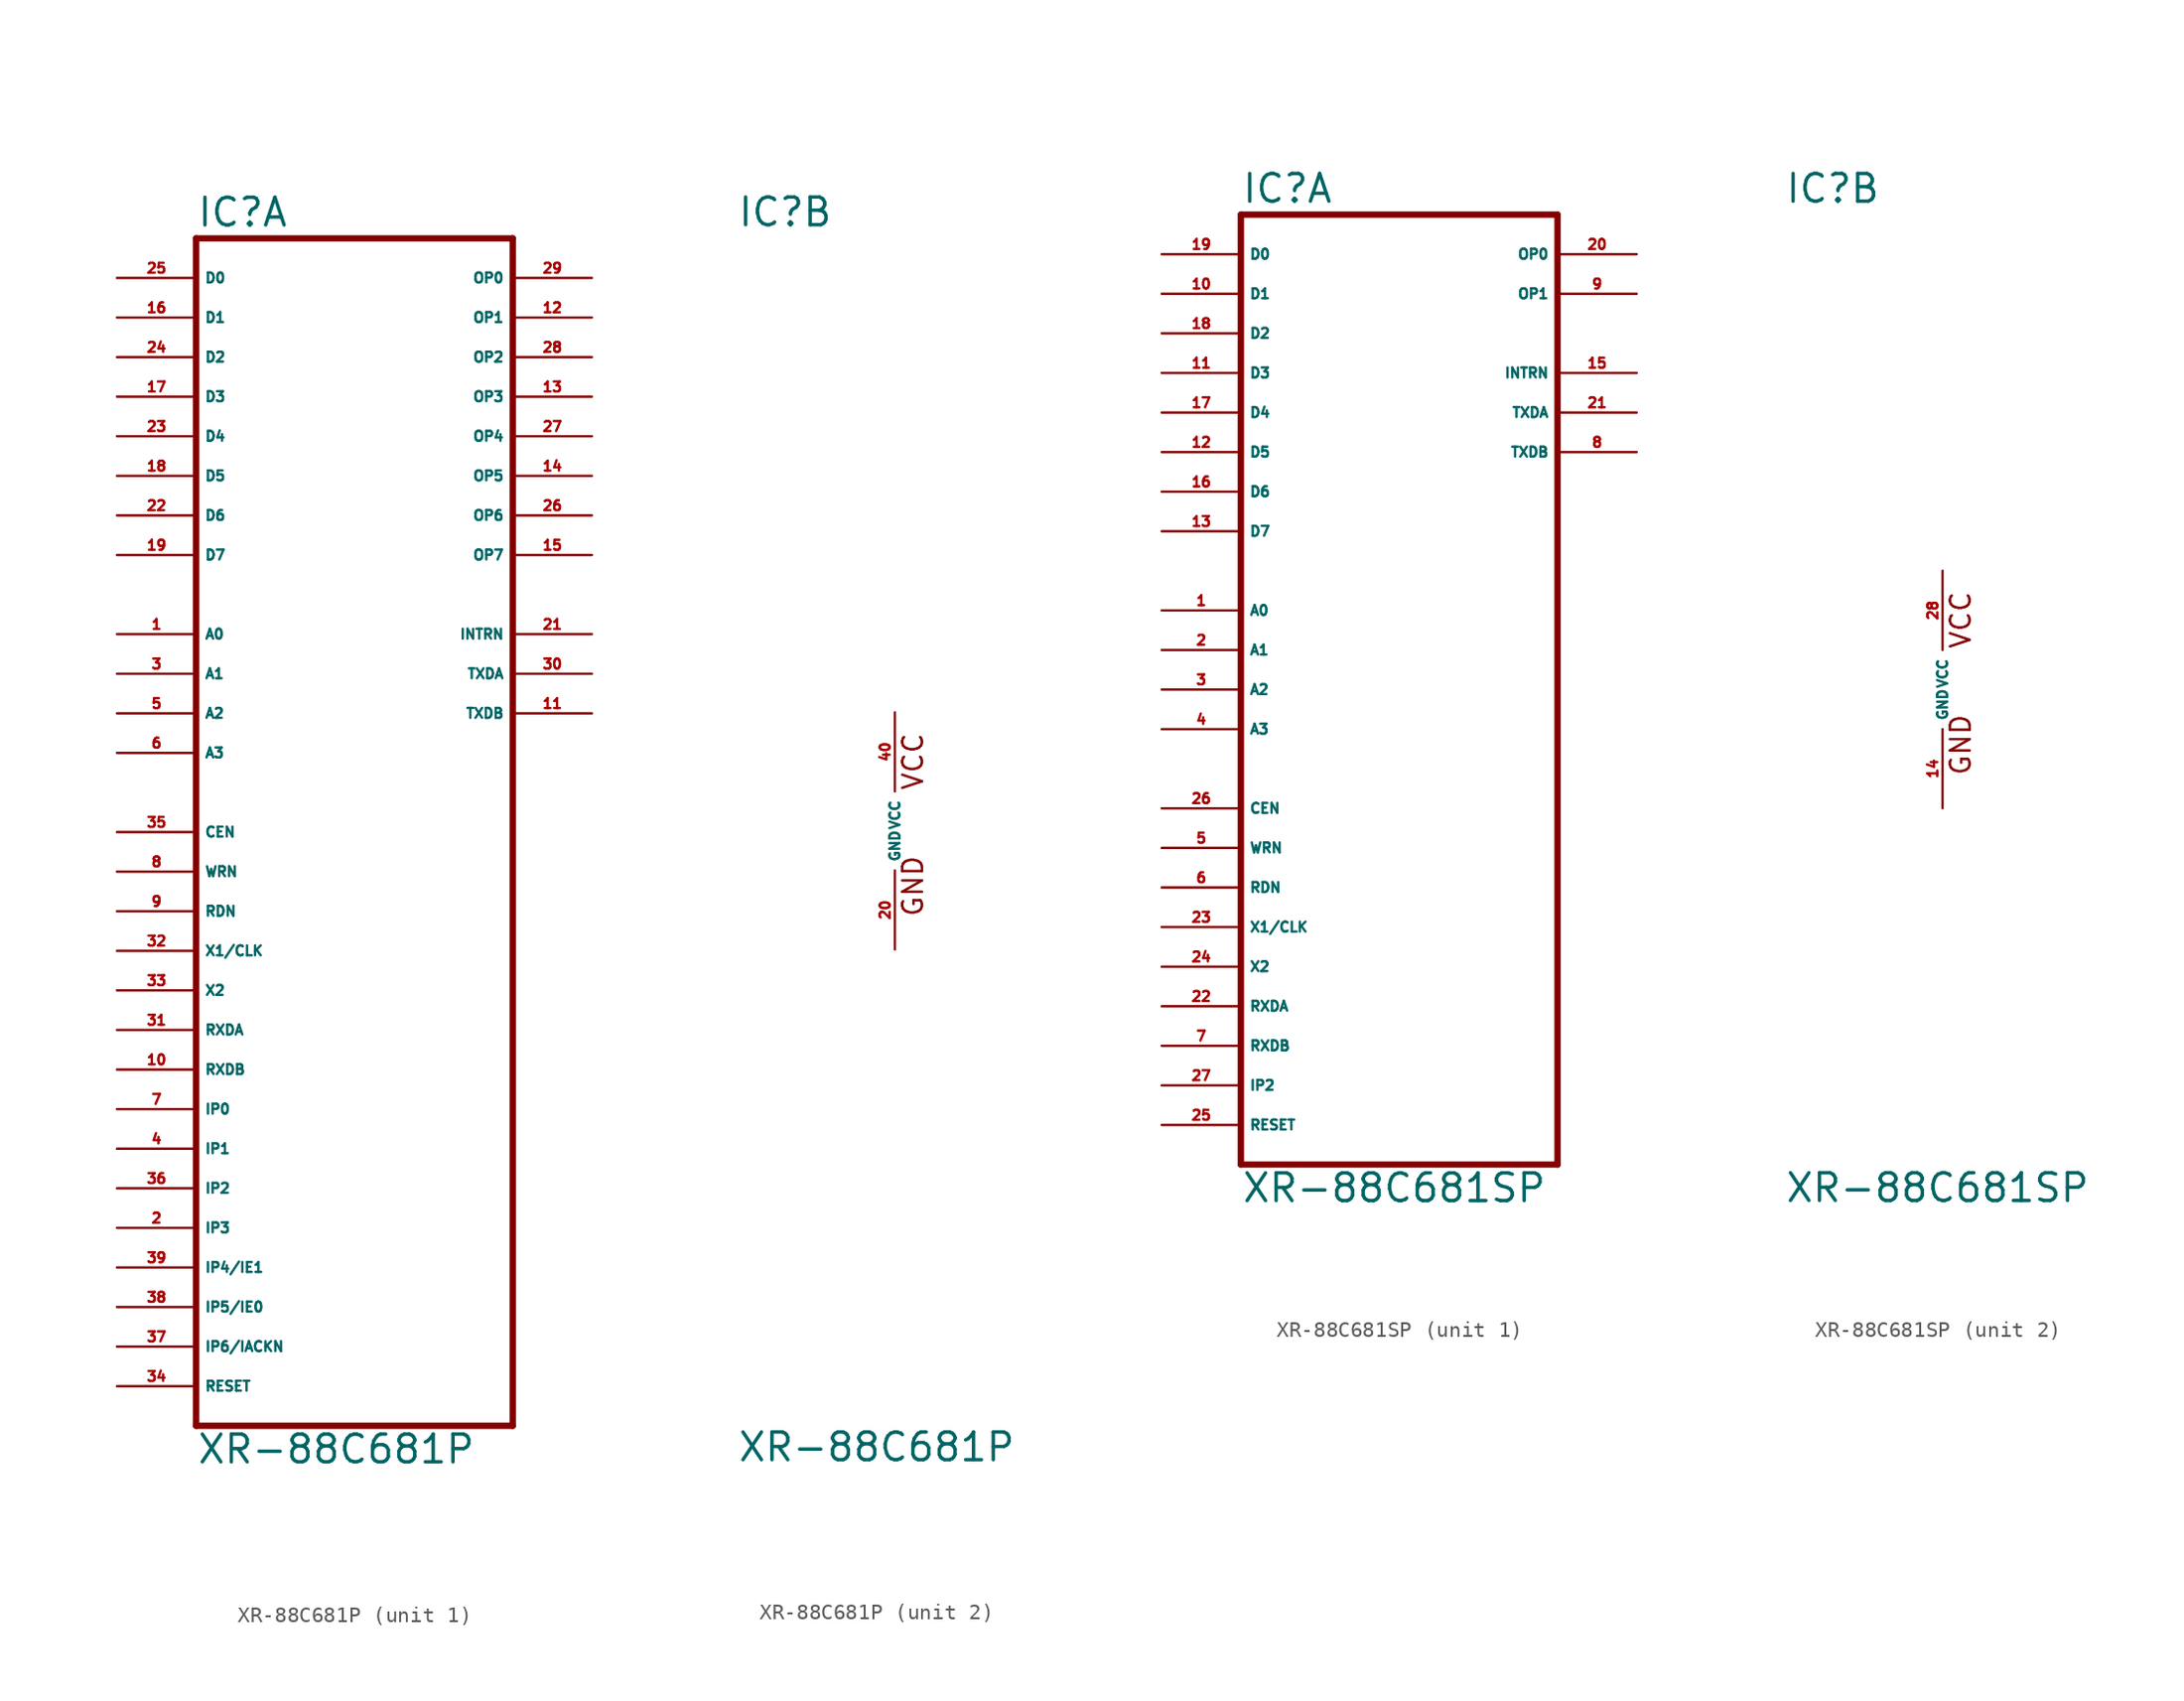
<source format=kicad_sym>
(kicad_symbol_lib
  (version 20220914)
  (generator Eagle2Kicad)
  (symbol "XR-88C681P"
    (property "Reference" "IC"
      (at -10.16 38.735 0)
      (effects (font (size 1.778 1.778) (thickness 0.22)) (justify left bottom)))
    (property "Value" "XR-88C681P"
      (at -10.16 -40.64 0)
      (effects (font (size 1.778 1.778) (thickness 0.22)) (justify left bottom)))
    (symbol "XR-88C681P_1_0"
      (polyline (pts (xy -10.16 -38.1) (xy 10.16 -38.1)) (stroke (width 0.406) (type default)) (fill (type none)))
      (polyline (pts (xy 10.16 -38.1) (xy 10.16 38.1)) (stroke (width 0.406) (type default)) (fill (type none)))
      (polyline (pts (xy 10.16 38.1) (xy -10.16 38.1)) (stroke (width 0.406) (type default)) (fill (type none)))
      (polyline (pts (xy -10.16 38.1) (xy -10.16 -38.1)) (stroke (width 0.406) (type default)) (fill (type none)))
      (pin bidirectional line (at -15.24 35.56 0) (length 5.08) (name "D0" (effects (font (size 0.635 0.635) (thickness 0.08)) (justify left bottom))) (number "25" (effects (font (size 0.635 0.635) (thickness 0.08)) (justify left bottom))))
      (pin bidirectional line (at -15.24 33.02 0) (length 5.08) (name "D1" (effects (font (size 0.635 0.635) (thickness 0.08)) (justify left bottom))) (number "16" (effects (font (size 0.635 0.635) (thickness 0.08)) (justify left bottom))))
      (pin bidirectional line (at -15.24 30.48 0) (length 5.08) (name "D2" (effects (font (size 0.635 0.635) (thickness 0.08)) (justify left bottom))) (number "24" (effects (font (size 0.635 0.635) (thickness 0.08)) (justify left bottom))))
      (pin bidirectional line (at -15.24 27.94 0) (length 5.08) (name "D3" (effects (font (size 0.635 0.635) (thickness 0.08)) (justify left bottom))) (number "17" (effects (font (size 0.635 0.635) (thickness 0.08)) (justify left bottom))))
      (pin bidirectional line (at -15.24 25.4 0) (length 5.08) (name "D4" (effects (font (size 0.635 0.635) (thickness 0.08)) (justify left bottom))) (number "23" (effects (font (size 0.635 0.635) (thickness 0.08)) (justify left bottom))))
      (pin bidirectional line (at -15.24 22.86 0) (length 5.08) (name "D5" (effects (font (size 0.635 0.635) (thickness 0.08)) (justify left bottom))) (number "18" (effects (font (size 0.635 0.635) (thickness 0.08)) (justify left bottom))))
      (pin bidirectional line (at -15.24 20.32 0) (length 5.08) (name "D6" (effects (font (size 0.635 0.635) (thickness 0.08)) (justify left bottom))) (number "22" (effects (font (size 0.635 0.635) (thickness 0.08)) (justify left bottom))))
      (pin bidirectional line (at -15.24 17.78 0) (length 5.08) (name "D7" (effects (font (size 0.635 0.635) (thickness 0.08)) (justify left bottom))) (number "19" (effects (font (size 0.635 0.635) (thickness 0.08)) (justify left bottom))))
      (pin output line (at 15.24 35.56 180) (length 5.08) (name "OP0" (effects (font (size 0.635 0.635) (thickness 0.08)) (justify left bottom))) (number "29" (effects (font (size 0.635 0.635) (thickness 0.08)) (justify left bottom))))
      (pin output line (at 15.24 33.02 180) (length 5.08) (name "OP1" (effects (font (size 0.635 0.635) (thickness 0.08)) (justify left bottom))) (number "12" (effects (font (size 0.635 0.635) (thickness 0.08)) (justify left bottom))))
      (pin output line (at 15.24 30.48 180) (length 5.08) (name "OP2" (effects (font (size 0.635 0.635) (thickness 0.08)) (justify left bottom))) (number "28" (effects (font (size 0.635 0.635) (thickness 0.08)) (justify left bottom))))
      (pin output line (at 15.24 27.94 180) (length 5.08) (name "OP3" (effects (font (size 0.635 0.635) (thickness 0.08)) (justify left bottom))) (number "13" (effects (font (size 0.635 0.635) (thickness 0.08)) (justify left bottom))))
      (pin output line (at 15.24 25.4 180) (length 5.08) (name "OP4" (effects (font (size 0.635 0.635) (thickness 0.08)) (justify left bottom))) (number "27" (effects (font (size 0.635 0.635) (thickness 0.08)) (justify left bottom))))
      (pin output line (at 15.24 22.86 180) (length 5.08) (name "OP5" (effects (font (size 0.635 0.635) (thickness 0.08)) (justify left bottom))) (number "14" (effects (font (size 0.635 0.635) (thickness 0.08)) (justify left bottom))))
      (pin output line (at 15.24 20.32 180) (length 5.08) (name "OP6" (effects (font (size 0.635 0.635) (thickness 0.08)) (justify left bottom))) (number "26" (effects (font (size 0.635 0.635) (thickness 0.08)) (justify left bottom))))
      (pin output line (at 15.24 17.78 180) (length 5.08) (name "OP7" (effects (font (size 0.635 0.635) (thickness 0.08)) (justify left bottom))) (number "15" (effects (font (size 0.635 0.635) (thickness 0.08)) (justify left bottom))))
      (pin input line (at -15.24 12.7 0) (length 5.08) (name "A0" (effects (font (size 0.635 0.635) (thickness 0.08)) (justify left bottom))) (number "1" (effects (font (size 0.635 0.635) (thickness 0.08)) (justify left bottom))))
      (pin input line (at -15.24 10.16 0) (length 5.08) (name "A1" (effects (font (size 0.635 0.635) (thickness 0.08)) (justify left bottom))) (number "3" (effects (font (size 0.635 0.635) (thickness 0.08)) (justify left bottom))))
      (pin input line (at -15.24 7.62 0) (length 5.08) (name "A2" (effects (font (size 0.635 0.635) (thickness 0.08)) (justify left bottom))) (number "5" (effects (font (size 0.635 0.635) (thickness 0.08)) (justify left bottom))))
      (pin input line (at -15.24 5.08 0) (length 5.08) (name "A3" (effects (font (size 0.635 0.635) (thickness 0.08)) (justify left bottom))) (number "6" (effects (font (size 0.635 0.635) (thickness 0.08)) (justify left bottom))))
      (pin input line (at -15.24 0 0) (length 5.08) (name "CEN" (effects (font (size 0.635 0.635) (thickness 0.08)) (justify left bottom))) (number "35" (effects (font (size 0.635 0.635) (thickness 0.08)) (justify left bottom))))
      (pin input line (at -15.24 -2.54 0) (length 5.08) (name "WRN" (effects (font (size 0.635 0.635) (thickness 0.08)) (justify left bottom))) (number "8" (effects (font (size 0.635 0.635) (thickness 0.08)) (justify left bottom))))
      (pin input line (at -15.24 -5.08 0) (length 5.08) (name "RDN" (effects (font (size 0.635 0.635) (thickness 0.08)) (justify left bottom))) (number "9" (effects (font (size 0.635 0.635) (thickness 0.08)) (justify left bottom))))
      (pin input line (at -15.24 -7.62 0) (length 5.08) (name "X1/CLK" (effects (font (size 0.635 0.635) (thickness 0.08)) (justify left bottom))) (number "32" (effects (font (size 0.635 0.635) (thickness 0.08)) (justify left bottom))))
      (pin input line (at -15.24 -10.16 0) (length 5.08) (name "X2" (effects (font (size 0.635 0.635) (thickness 0.08)) (justify left bottom))) (number "33" (effects (font (size 0.635 0.635) (thickness 0.08)) (justify left bottom))))
      (pin input line (at -15.24 -12.7 0) (length 5.08) (name "RXDA" (effects (font (size 0.635 0.635) (thickness 0.08)) (justify left bottom))) (number "31" (effects (font (size 0.635 0.635) (thickness 0.08)) (justify left bottom))))
      (pin input line (at -15.24 -15.24 0) (length 5.08) (name "RXDB" (effects (font (size 0.635 0.635) (thickness 0.08)) (justify left bottom))) (number "10" (effects (font (size 0.635 0.635) (thickness 0.08)) (justify left bottom))))
      (pin input line (at -15.24 -17.78 0) (length 5.08) (name "IP0" (effects (font (size 0.635 0.635) (thickness 0.08)) (justify left bottom))) (number "7" (effects (font (size 0.635 0.635) (thickness 0.08)) (justify left bottom))))
      (pin input line (at -15.24 -20.32 0) (length 5.08) (name "IP1" (effects (font (size 0.635 0.635) (thickness 0.08)) (justify left bottom))) (number "4" (effects (font (size 0.635 0.635) (thickness 0.08)) (justify left bottom))))
      (pin input line (at -15.24 -22.86 0) (length 5.08) (name "IP2" (effects (font (size 0.635 0.635) (thickness 0.08)) (justify left bottom))) (number "36" (effects (font (size 0.635 0.635) (thickness 0.08)) (justify left bottom))))
      (pin input line (at -15.24 -25.4 0) (length 5.08) (name "IP3" (effects (font (size 0.635 0.635) (thickness 0.08)) (justify left bottom))) (number "2" (effects (font (size 0.635 0.635) (thickness 0.08)) (justify left bottom))))
      (pin input line (at -15.24 -27.94 0) (length 5.08) (name "IP4/IE1" (effects (font (size 0.635 0.635) (thickness 0.08)) (justify left bottom))) (number "39" (effects (font (size 0.635 0.635) (thickness 0.08)) (justify left bottom))))
      (pin bidirectional line (at -15.24 -30.48 0) (length 5.08) (name "IP5/IE0" (effects (font (size 0.635 0.635) (thickness 0.08)) (justify left bottom))) (number "38" (effects (font (size 0.635 0.635) (thickness 0.08)) (justify left bottom))))
      (pin input line (at -15.24 -35.56 0) (length 5.08) (name "RESET" (effects (font (size 0.635 0.635) (thickness 0.08)) (justify left bottom))) (number "34" (effects (font (size 0.635 0.635) (thickness 0.08)) (justify left bottom))))
      (pin input line (at -15.24 -33.02 0) (length 5.08) (name "IP6/IACKN" (effects (font (size 0.635 0.635) (thickness 0.08)) (justify left bottom))) (number "37" (effects (font (size 0.635 0.635) (thickness 0.08)) (justify left bottom))))
      (pin output line (at 15.24 12.7 180) (length 5.08) (name "INTRN" (effects (font (size 0.635 0.635) (thickness 0.08)) (justify left bottom))) (number "21" (effects (font (size 0.635 0.635) (thickness 0.08)) (justify left bottom))))
      (pin output line (at 15.24 10.16 180) (length 5.08) (name "TXDA" (effects (font (size 0.635 0.635) (thickness 0.08)) (justify left bottom))) (number "30" (effects (font (size 0.635 0.635) (thickness 0.08)) (justify left bottom))))
      (pin output line (at 15.24 7.62 180) (length 5.08) (name "TXDB" (effects (font (size 0.635 0.635) (thickness 0.08)) (justify left bottom))) (number "11" (effects (font (size 0.635 0.635) (thickness 0.08)) (justify left bottom)))))
    (symbol "XR-88C681P_2_0"
      (text "GND" (at 1.905 -5.588 900) (effects (font (size 1.27 1.27) (thickness 0.16)) (justify left bottom)))
      (text "VCC" (at 1.905 2.54 900) (effects (font (size 1.27 1.27) (thickness 0.16)) (justify left bottom)))
      (pin unspecified line (at 0 7.62 270) (length 5.08) (name "VCC" (effects (font (size 0.635 0.635) (thickness 0.08)) (justify left bottom))) (number "40" (effects (font (size 0.635 0.635) (thickness 0.08)) (justify left bottom))))
      (pin unspecified line (at 0 -7.62 90) (length 5.08) (name "GND" (effects (font (size 0.635 0.635) (thickness 0.08)) (justify left bottom))) (number "20" (effects (font (size 0.635 0.635) (thickness 0.08)) (justify left bottom))))))
  (symbol "XR-88C681SP"
    (property "Reference" "IC"
      (at -10.16 31.115 0)
      (effects (font (size 1.778 1.778) (thickness 0.22)) (justify left bottom)))
    (property "Value" "XR-88C681SP"
      (at -10.16 -33.02 0)
      (effects (font (size 1.778 1.778) (thickness 0.22)) (justify left bottom)))
    (symbol "XR-88C681SP_1_0"
      (polyline (pts (xy -10.16 -30.48) (xy 10.16 -30.48)) (stroke (width 0.406) (type default)) (fill (type none)))
      (polyline (pts (xy 10.16 -30.48) (xy 10.16 30.48)) (stroke (width 0.406) (type default)) (fill (type none)))
      (polyline (pts (xy 10.16 30.48) (xy -10.16 30.48)) (stroke (width 0.406) (type default)) (fill (type none)))
      (polyline (pts (xy -10.16 30.48) (xy -10.16 -30.48)) (stroke (width 0.406) (type default)) (fill (type none)))
      (pin bidirectional line (at -15.24 27.94 0) (length 5.08) (name "D0" (effects (font (size 0.635 0.635) (thickness 0.08)) (justify left bottom))) (number "19" (effects (font (size 0.635 0.635) (thickness 0.08)) (justify left bottom))))
      (pin bidirectional line (at -15.24 25.4 0) (length 5.08) (name "D1" (effects (font (size 0.635 0.635) (thickness 0.08)) (justify left bottom))) (number "10" (effects (font (size 0.635 0.635) (thickness 0.08)) (justify left bottom))))
      (pin bidirectional line (at -15.24 22.86 0) (length 5.08) (name "D2" (effects (font (size 0.635 0.635) (thickness 0.08)) (justify left bottom))) (number "18" (effects (font (size 0.635 0.635) (thickness 0.08)) (justify left bottom))))
      (pin bidirectional line (at -15.24 20.32 0) (length 5.08) (name "D3" (effects (font (size 0.635 0.635) (thickness 0.08)) (justify left bottom))) (number "11" (effects (font (size 0.635 0.635) (thickness 0.08)) (justify left bottom))))
      (pin bidirectional line (at -15.24 17.78 0) (length 5.08) (name "D4" (effects (font (size 0.635 0.635) (thickness 0.08)) (justify left bottom))) (number "17" (effects (font (size 0.635 0.635) (thickness 0.08)) (justify left bottom))))
      (pin bidirectional line (at -15.24 15.24 0) (length 5.08) (name "D5" (effects (font (size 0.635 0.635) (thickness 0.08)) (justify left bottom))) (number "12" (effects (font (size 0.635 0.635) (thickness 0.08)) (justify left bottom))))
      (pin bidirectional line (at -15.24 12.7 0) (length 5.08) (name "D6" (effects (font (size 0.635 0.635) (thickness 0.08)) (justify left bottom))) (number "16" (effects (font (size 0.635 0.635) (thickness 0.08)) (justify left bottom))))
      (pin bidirectional line (at -15.24 10.16 0) (length 5.08) (name "D7" (effects (font (size 0.635 0.635) (thickness 0.08)) (justify left bottom))) (number "13" (effects (font (size 0.635 0.635) (thickness 0.08)) (justify left bottom))))
      (pin output line (at 15.24 27.94 180) (length 5.08) (name "OP0" (effects (font (size 0.635 0.635) (thickness 0.08)) (justify left bottom))) (number "20" (effects (font (size 0.635 0.635) (thickness 0.08)) (justify left bottom))))
      (pin output line (at 15.24 25.4 180) (length 5.08) (name "OP1" (effects (font (size 0.635 0.635) (thickness 0.08)) (justify left bottom))) (number "9" (effects (font (size 0.635 0.635) (thickness 0.08)) (justify left bottom))))
      (pin input line (at -15.24 5.08 0) (length 5.08) (name "A0" (effects (font (size 0.635 0.635) (thickness 0.08)) (justify left bottom))) (number "1" (effects (font (size 0.635 0.635) (thickness 0.08)) (justify left bottom))))
      (pin input line (at -15.24 2.54 0) (length 5.08) (name "A1" (effects (font (size 0.635 0.635) (thickness 0.08)) (justify left bottom))) (number "2" (effects (font (size 0.635 0.635) (thickness 0.08)) (justify left bottom))))
      (pin input line (at -15.24 0 0) (length 5.08) (name "A2" (effects (font (size 0.635 0.635) (thickness 0.08)) (justify left bottom))) (number "3" (effects (font (size 0.635 0.635) (thickness 0.08)) (justify left bottom))))
      (pin input line (at -15.24 -2.54 0) (length 5.08) (name "A3" (effects (font (size 0.635 0.635) (thickness 0.08)) (justify left bottom))) (number "4" (effects (font (size 0.635 0.635) (thickness 0.08)) (justify left bottom))))
      (pin input line (at -15.24 -7.62 0) (length 5.08) (name "CEN" (effects (font (size 0.635 0.635) (thickness 0.08)) (justify left bottom))) (number "26" (effects (font (size 0.635 0.635) (thickness 0.08)) (justify left bottom))))
      (pin input line (at -15.24 -10.16 0) (length 5.08) (name "WRN" (effects (font (size 0.635 0.635) (thickness 0.08)) (justify left bottom))) (number "5" (effects (font (size 0.635 0.635) (thickness 0.08)) (justify left bottom))))
      (pin input line (at -15.24 -12.7 0) (length 5.08) (name "RDN" (effects (font (size 0.635 0.635) (thickness 0.08)) (justify left bottom))) (number "6" (effects (font (size 0.635 0.635) (thickness 0.08)) (justify left bottom))))
      (pin input line (at -15.24 -15.24 0) (length 5.08) (name "X1/CLK" (effects (font (size 0.635 0.635) (thickness 0.08)) (justify left bottom))) (number "23" (effects (font (size 0.635 0.635) (thickness 0.08)) (justify left bottom))))
      (pin input line (at -15.24 -17.78 0) (length 5.08) (name "X2" (effects (font (size 0.635 0.635) (thickness 0.08)) (justify left bottom))) (number "24" (effects (font (size 0.635 0.635) (thickness 0.08)) (justify left bottom))))
      (pin input line (at -15.24 -20.32 0) (length 5.08) (name "RXDA" (effects (font (size 0.635 0.635) (thickness 0.08)) (justify left bottom))) (number "22" (effects (font (size 0.635 0.635) (thickness 0.08)) (justify left bottom))))
      (pin input line (at -15.24 -22.86 0) (length 5.08) (name "RXDB" (effects (font (size 0.635 0.635) (thickness 0.08)) (justify left bottom))) (number "7" (effects (font (size 0.635 0.635) (thickness 0.08)) (justify left bottom))))
      (pin input line (at -15.24 -25.4 0) (length 5.08) (name "IP2" (effects (font (size 0.635 0.635) (thickness 0.08)) (justify left bottom))) (number "27" (effects (font (size 0.635 0.635) (thickness 0.08)) (justify left bottom))))
      (pin input line (at -15.24 -27.94 0) (length 5.08) (name "RESET" (effects (font (size 0.635 0.635) (thickness 0.08)) (justify left bottom))) (number "25" (effects (font (size 0.635 0.635) (thickness 0.08)) (justify left bottom))))
      (pin output line (at 15.24 20.32 180) (length 5.08) (name "INTRN" (effects (font (size 0.635 0.635) (thickness 0.08)) (justify left bottom))) (number "15" (effects (font (size 0.635 0.635) (thickness 0.08)) (justify left bottom))))
      (pin output line (at 15.24 17.78 180) (length 5.08) (name "TXDA" (effects (font (size 0.635 0.635) (thickness 0.08)) (justify left bottom))) (number "21" (effects (font (size 0.635 0.635) (thickness 0.08)) (justify left bottom))))
      (pin output line (at 15.24 15.24 180) (length 5.08) (name "TXDB" (effects (font (size 0.635 0.635) (thickness 0.08)) (justify left bottom))) (number "8" (effects (font (size 0.635 0.635) (thickness 0.08)) (justify left bottom)))))
    (symbol "XR-88C681SP_2_0"
      (text "GND" (at 1.905 -5.588 900) (effects (font (size 1.27 1.27) (thickness 0.16)) (justify left bottom)))
      (text "VCC" (at 1.905 2.54 900) (effects (font (size 1.27 1.27) (thickness 0.16)) (justify left bottom)))
      (pin unspecified line (at 0 7.62 270) (length 5.08) (name "VCC" (effects (font (size 0.635 0.635) (thickness 0.08)) (justify left bottom))) (number "28" (effects (font (size 0.635 0.635) (thickness 0.08)) (justify left bottom))))
      (pin unspecified line (at 0 -7.62 90) (length 5.08) (name "GND" (effects (font (size 0.635 0.635) (thickness 0.08)) (justify left bottom))) (number "14" (effects (font (size 0.635 0.635) (thickness 0.08)) (justify left bottom)))))))
</source>
